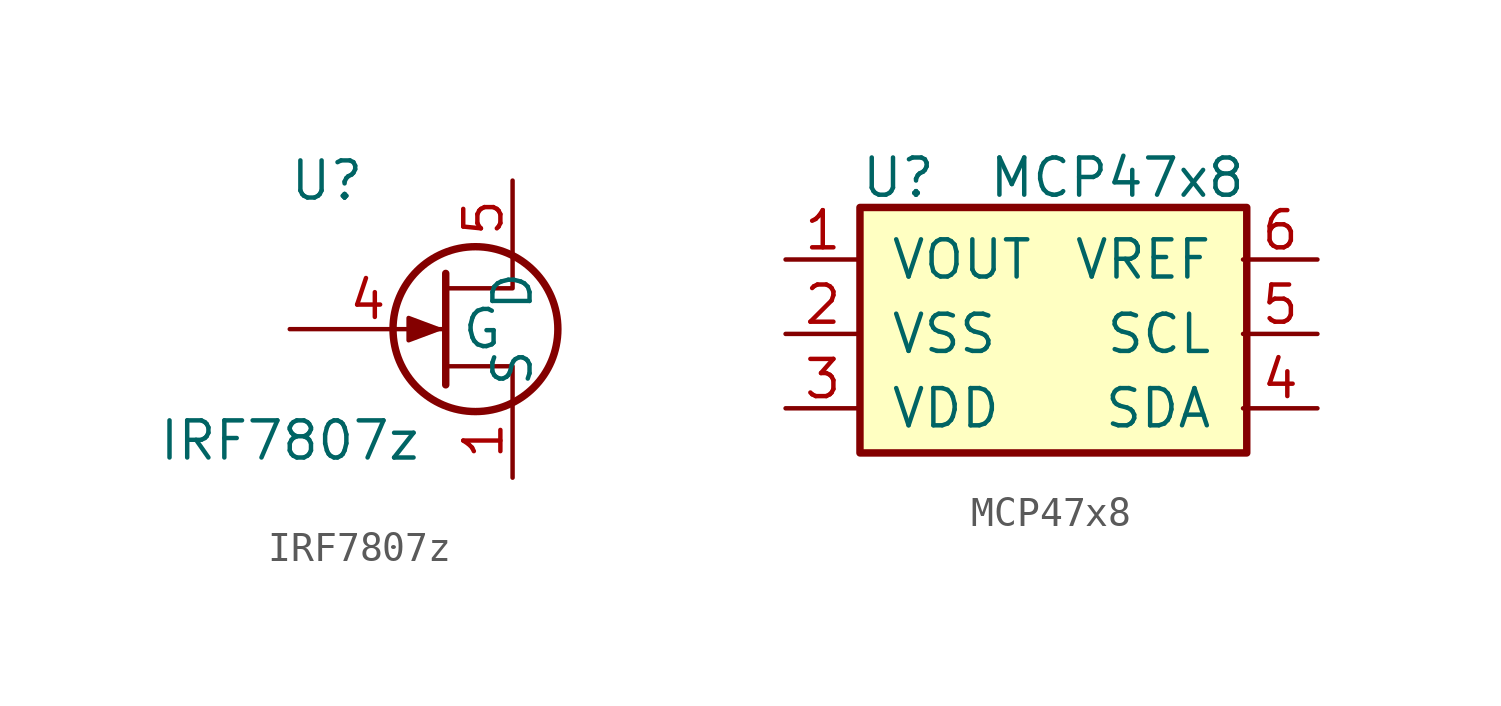
<source format=kicad_sym>
(kicad_symbol_lib
  (version 20220914)
  (generator kicad_symbol_editor)
  (symbol "IRF7807z"
    (property "Reference" "U"
      (at -5.08 5.08 0)
      (effects (font (size 1.27 1.27))))
    (property "Value" "IRF7807z"
      (at -6.35 -3.81 0)
      (effects (font (size 1.27 1.27))))
    (symbol "IRF7807z_0_1"
      (polyline (pts (xy -1.016 1.905) (xy -1.016 -1.905) (xy -1.016 -1.905)) (stroke (width 0.254) (type default)) (fill (type none)))
      (polyline (pts (xy 1.27 -2.54) (xy 1.27 -1.27) (xy -1.016 -1.27)) (stroke (width 0) (type default)) (fill (type none)))
      (polyline (pts (xy 1.27 2.54) (xy 1.27 1.397) (xy -1.016 1.397)) (stroke (width 0) (type default)) (fill (type none)))
      (polyline (pts (xy -1.27 0) (xy -2.286 0.381) (xy -2.286 -0.381) (xy -1.27 0)) (stroke (width 0) (type default)) (fill (type outline)))
      (circle (center 0 0) (radius 2.819) (stroke (width 0.254) (type default)) (fill (type none))))
    (symbol "IRF7807z_1_1"
      (pin passive line (at 1.27 -5.08 90) (length 2.54) (name "S" (effects (font (size 1.27 1.27)))) (number "1" (effects (font (size 1.27 1.27)))))
      (pin input line (at -6.35 0 0) (length 5.334) (name "G" (effects (font (size 1.27 1.27)))) (number "4" (effects (font (size 1.27 1.27)))))
      (pin passive line (at 1.27 5.08 270) (length 2.54) (name "D" (effects (font (size 1.27 1.27)))) (number "5" (effects (font (size 1.27 1.27)))))))
  (symbol "MCP47x8"
    (pin_names
      (offset 1.016))
    (property "Reference" "U"
      (at -6.731 5.334 0)
      (effects (font (size 1.27 1.27)) (justify left)))
    (property "Value" "MCP47x8"
      (at 6.477 5.334 0)
      (effects (font (size 1.27 1.27)) (justify right)))
    (symbol "MCP47x8_0_1"
      (rectangle (start -6.731 4.318) (end 6.477 -4.064) (stroke (width 0.254) (type default)) (fill (type background))))
    (symbol "MCP47x8_1_1"
      (pin power_out line (at -9.271 2.54 0) (length 2.54) (name "VOUT" (effects (font (size 1.27 1.27)))) (number "1" (effects (font (size 1.27 1.27)))))
      (pin power_in line (at -9.271 0 0) (length 2.54) (name "VSS" (effects (font (size 1.27 1.27)))) (number "2" (effects (font (size 1.27 1.27)))))
      (pin power_in line (at -9.271 -2.54 0) (length 2.54) (name "VDD" (effects (font (size 1.27 1.27)))) (number "3" (effects (font (size 1.27 1.27)))))
      (pin input line (at 8.89 -2.54 180) (length 2.54) (name "SDA" (effects (font (size 1.27 1.27)))) (number "4" (effects (font (size 1.27 1.27)))))
      (pin input line (at 8.89 0 180) (length 2.54) (name "SCL" (effects (font (size 1.27 1.27)))) (number "5" (effects (font (size 1.27 1.27)))))
      (pin input line (at 8.89 2.54 180) (length 2.54) (name "VREF" (effects (font (size 1.27 1.27)))) (number "6" (effects (font (size 1.27 1.27))))))))
</source>
